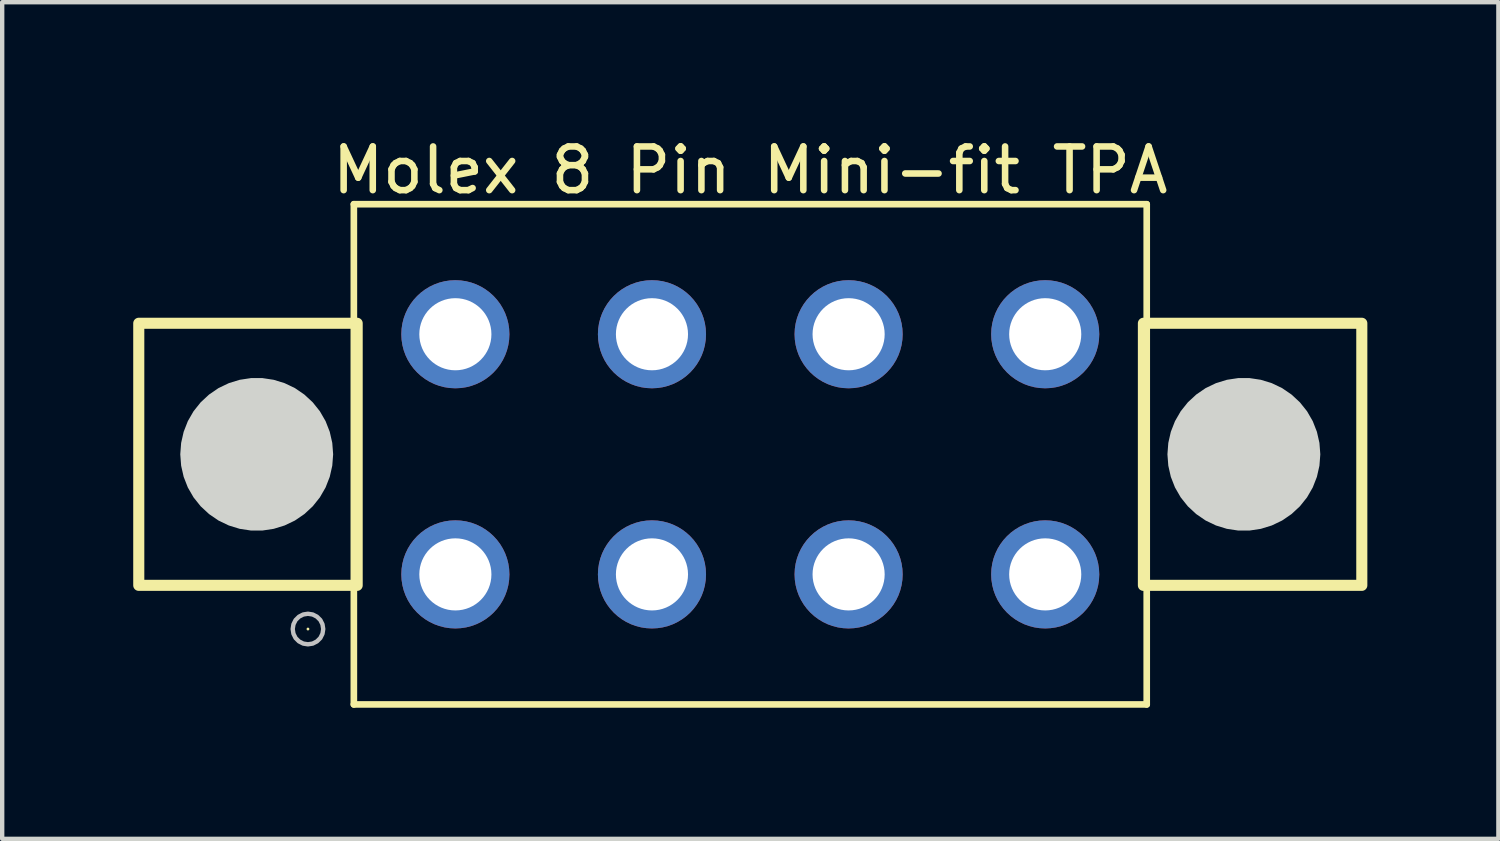
<source format=kicad_pcb>
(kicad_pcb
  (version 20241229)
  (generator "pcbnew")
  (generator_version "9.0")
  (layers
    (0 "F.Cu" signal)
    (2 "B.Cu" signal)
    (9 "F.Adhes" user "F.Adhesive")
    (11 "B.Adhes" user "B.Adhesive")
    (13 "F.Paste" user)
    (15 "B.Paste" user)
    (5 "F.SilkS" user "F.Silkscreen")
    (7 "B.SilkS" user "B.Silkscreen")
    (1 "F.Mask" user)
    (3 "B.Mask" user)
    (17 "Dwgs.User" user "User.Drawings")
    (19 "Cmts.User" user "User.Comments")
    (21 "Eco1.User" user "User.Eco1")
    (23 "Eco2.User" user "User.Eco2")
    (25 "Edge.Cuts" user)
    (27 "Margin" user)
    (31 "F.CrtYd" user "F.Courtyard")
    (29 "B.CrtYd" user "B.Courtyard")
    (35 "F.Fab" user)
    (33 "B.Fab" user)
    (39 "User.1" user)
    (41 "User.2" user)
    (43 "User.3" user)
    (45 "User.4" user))
  (footprint "Molex 8 Pin Mini-fit TPA"
    (layer "F.Cu")
    (at 14.127 7.351)
    (property "Reference" "Molex 8 Pin Mini-fit TPA" (at 0 -6.503 0) (layer "F.SilkS") (effects (font (size 1 1) (thickness 0.15))))
    (fp_line (start -9.076 -5.726) (end 9.076 -5.726) (stroke (width 0.152) (type default)) (layer "F.SilkS"))
    (fp_line (start -9.076 5.726) (end -9.076 -5.726) (stroke (width 0.152) (type default)) (layer "F.SilkS"))
    (fp_line (start 9.076 -5.726) (end 9.076 5.726) (stroke (width 0.152) (type default)) (layer "F.SilkS"))
    (fp_line (start 9.076 5.726) (end -9.076 5.726) (stroke (width 0.152) (type default)) (layer "F.SilkS"))
    (fp_rect (start -14 -3) (end -9 3) (stroke (width 0.254) (type default)) (fill no) (layer "F.SilkS"))
    (fp_rect (start 9 -3) (end 14 3) (stroke (width 0.254) (type default)) (fill no) (layer "F.SilkS"))
    (fp_poly (pts (xy -10.093 4) (xy -10.103 3.976) (xy -10.127 3.966) (xy -10.15 3.976) (xy -10.16 4) (xy -10.15 4.024) (xy -10.127 4.034) (xy -10.103 4.024)) (stroke (width 0) (type default)) (fill yes) (layer "F.SilkS"))
    (fp_poly (pts (xy -9.777 4) (xy -9.794 3.892) (xy -9.843 3.794) (xy -9.921 3.717) (xy -10.018 3.667) (xy -10.127 3.65) (xy -10.235 3.667) (xy -10.332 3.717) (xy -10.41 3.794) (xy -10.459 3.892) (xy -10.476 4) (xy -10.459 4.108) (xy -10.41 4.206) (xy -10.332 4.283) (xy -10.235 4.333) (xy -10.127 4.35) (xy -10.018 4.333) (xy -9.921 4.283) (xy -9.843 4.206) (xy -9.794 4.108)) (stroke (width 0.1) (type default)) (fill no) (layer "Dwgs.User"))
    (fp_poly (pts (xy -9.55 0) (xy -9.57 -0.261) (xy -9.628 -0.516) (xy -9.723 -0.759) (xy -9.854 -0.986) (xy -10.017 -1.19) (xy -10.209 -1.368) (xy -10.425 -1.516) (xy -10.661 -1.629) (xy -10.911 -1.706) (xy -11.169 -1.745) (xy -11.431 -1.745) (xy -11.689 -1.706) (xy -11.939 -1.629) (xy -12.175 -1.516) (xy -12.391 -1.368) (xy -12.583 -1.19) (xy -12.746 -0.986) (xy -12.877 -0.759) (xy -12.972 -0.516) (xy -13.03 -0.261) (xy -13.05 0) (xy -13.03 0.261) (xy -12.972 0.516) (xy -12.877 0.759) (xy -12.746 0.986) (xy -12.583 1.19) (xy -12.391 1.368) (xy -12.175 1.516) (xy -11.939 1.629) (xy -11.689 1.706) (xy -11.431 1.745) (xy -11.169 1.745) (xy -10.911 1.706) (xy -10.661 1.629) (xy -10.425 1.516) (xy -10.209 1.368) (xy -10.017 1.19) (xy -9.854 0.986) (xy -9.723 0.759) (xy -9.628 0.516) (xy -9.57 0.261)) (stroke (width 0) (type default)) (fill yes) (layer "Edge.Cuts"))
    (fp_poly (pts (xy 13.05 0) (xy 13.03 -0.261) (xy 12.972 -0.516) (xy 12.877 -0.759) (xy 12.746 -0.986) (xy 12.583 -1.19) (xy 12.391 -1.368) (xy 12.175 -1.516) (xy 11.939 -1.629) (xy 11.689 -1.706) (xy 11.431 -1.745) (xy 11.169 -1.745) (xy 10.911 -1.706) (xy 10.661 -1.629) (xy 10.425 -1.516) (xy 10.209 -1.368) (xy 10.017 -1.19) (xy 9.854 -0.986) (xy 9.723 -0.759) (xy 9.628 -0.516) (xy 9.57 -0.261) (xy 9.55 0) (xy 9.57 0.261) (xy 9.628 0.516) (xy 9.723 0.759) (xy 9.854 0.986) (xy 10.017 1.19) (xy 10.209 1.368) (xy 10.425 1.516) (xy 10.661 1.629) (xy 10.911 1.706) (xy 11.169 1.745) (xy 11.431 1.745) (xy 11.689 1.706) (xy 11.939 1.629) (xy 12.175 1.516) (xy 12.391 1.368) (xy 12.583 1.19) (xy 12.746 0.986) (xy 12.877 0.759) (xy 12.972 0.516) (xy 13.03 0.261)) (stroke (width 0) (type default)) (fill yes) (layer "Edge.Cuts"))
    (fp_poly (pts (xy -6.051 -2.749) (xy -6.072 -2.917) (xy -6.132 -3.075) (xy -6.228 -3.214) (xy -6.354 -3.326) (xy -6.503 -3.404) (xy -6.667 -3.444) (xy -6.836 -3.444) (xy -7 -3.404) (xy -7.149 -3.326) (xy -7.275 -3.214) (xy -7.371 -3.075) (xy -7.431 -2.917) (xy -7.452 -2.749) (xy -7.431 -2.582) (xy -7.371 -2.424) (xy -7.275 -2.285) (xy -7.149 -2.173) (xy -7 -2.095) (xy -6.836 -2.055) (xy -6.667 -2.055) (xy -6.503 -2.095) (xy -6.354 -2.173) (xy -6.228 -2.285) (xy -6.132 -2.424) (xy -6.072 -2.582)) (stroke (width 0.1) (type default)) (fill no) (layer "User.1"))
    (fp_poly (pts (xy -6.051 2.749) (xy -6.072 2.582) (xy -6.132 2.424) (xy -6.228 2.285) (xy -6.354 2.173) (xy -6.503 2.095) (xy -6.667 2.055) (xy -6.836 2.055) (xy -7 2.095) (xy -7.149 2.173) (xy -7.275 2.285) (xy -7.371 2.424) (xy -7.431 2.582) (xy -7.452 2.749) (xy -7.431 2.917) (xy -7.371 3.075) (xy -7.275 3.214) (xy -7.149 3.326) (xy -7 3.404) (xy -6.836 3.444) (xy -6.667 3.444) (xy -6.503 3.404) (xy -6.354 3.326) (xy -6.228 3.214) (xy -6.132 3.075) (xy -6.072 2.917)) (stroke (width 0.1) (type default)) (fill no) (layer "User.1"))
    (fp_poly (pts (xy -1.55 -2.749) (xy -1.571 -2.917) (xy -1.631 -3.075) (xy -1.727 -3.214) (xy -1.853 -3.326) (xy -2.002 -3.404) (xy -2.166 -3.444) (xy -2.335 -3.444) (xy -2.499 -3.404) (xy -2.648 -3.326) (xy -2.774 -3.214) (xy -2.87 -3.075) (xy -2.93 -2.917) (xy -2.95 -2.749) (xy -2.93 -2.582) (xy -2.87 -2.424) (xy -2.774 -2.285) (xy -2.648 -2.173) (xy -2.499 -2.095) (xy -2.335 -2.055) (xy -2.166 -2.055) (xy -2.002 -2.095) (xy -1.853 -2.173) (xy -1.727 -2.285) (xy -1.631 -2.424) (xy -1.571 -2.582)) (stroke (width 0.1) (type default)) (fill no) (layer "User.1"))
    (fp_poly (pts (xy -1.55 2.749) (xy -1.571 2.582) (xy -1.631 2.424) (xy -1.727 2.285) (xy -1.853 2.173) (xy -2.002 2.095) (xy -2.166 2.055) (xy -2.335 2.055) (xy -2.499 2.095) (xy -2.648 2.173) (xy -2.774 2.285) (xy -2.87 2.424) (xy -2.93 2.582) (xy -2.95 2.749) (xy -2.93 2.917) (xy -2.87 3.075) (xy -2.774 3.214) (xy -2.648 3.326) (xy -2.499 3.404) (xy -2.335 3.444) (xy -2.166 3.444) (xy -2.002 3.404) (xy -1.853 3.326) (xy -1.727 3.214) (xy -1.631 3.075) (xy -1.571 2.917)) (stroke (width 0.1) (type default)) (fill no) (layer "User.1"))
    (fp_poly (pts (xy 2.95 -2.749) (xy 2.93 -2.917) (xy 2.87 -3.075) (xy 2.774 -3.214) (xy 2.648 -3.326) (xy 2.499 -3.404) (xy 2.335 -3.444) (xy 2.166 -3.444) (xy 2.002 -3.404) (xy 1.853 -3.326) (xy 1.727 -3.214) (xy 1.631 -3.075) (xy 1.571 -2.917) (xy 1.55 -2.749) (xy 1.571 -2.582) (xy 1.631 -2.424) (xy 1.727 -2.285) (xy 1.853 -2.173) (xy 2.002 -2.095) (xy 2.166 -2.055) (xy 2.335 -2.055) (xy 2.499 -2.095) (xy 2.648 -2.173) (xy 2.774 -2.285) (xy 2.87 -2.424) (xy 2.93 -2.582)) (stroke (width 0.1) (type default)) (fill no) (layer "User.1"))
    (fp_poly (pts (xy 2.95 2.749) (xy 2.93 2.582) (xy 2.87 2.424) (xy 2.774 2.285) (xy 2.648 2.173) (xy 2.499 2.095) (xy 2.335 2.055) (xy 2.166 2.055) (xy 2.002 2.095) (xy 1.853 2.173) (xy 1.727 2.285) (xy 1.631 2.424) (xy 1.571 2.582) (xy 1.55 2.749) (xy 1.571 2.917) (xy 1.631 3.075) (xy 1.727 3.214) (xy 1.853 3.326) (xy 2.002 3.404) (xy 2.166 3.444) (xy 2.335 3.444) (xy 2.499 3.404) (xy 2.648 3.326) (xy 2.774 3.214) (xy 2.87 3.075) (xy 2.93 2.917)) (stroke (width 0.1) (type default)) (fill no) (layer "User.1"))
    (fp_poly (pts (xy 7.452 -2.749) (xy 7.431 -2.917) (xy 7.371 -3.075) (xy 7.275 -3.214) (xy 7.149 -3.326) (xy 7 -3.404) (xy 6.836 -3.444) (xy 6.667 -3.444) (xy 6.503 -3.404) (xy 6.354 -3.326) (xy 6.228 -3.214) (xy 6.132 -3.075) (xy 6.072 -2.917) (xy 6.051 -2.749) (xy 6.072 -2.582) (xy 6.132 -2.424) (xy 6.228 -2.285) (xy 6.354 -2.173) (xy 6.503 -2.095) (xy 6.667 -2.055) (xy 6.836 -2.055) (xy 7 -2.095) (xy 7.149 -2.173) (xy 7.275 -2.285) (xy 7.371 -2.424) (xy 7.431 -2.582)) (stroke (width 0.1) (type default)) (fill no) (layer "User.1"))
    (fp_poly (pts (xy 7.452 2.749) (xy 7.431 2.582) (xy 7.371 2.424) (xy 7.275 2.285) (xy 7.149 2.173) (xy 7 2.095) (xy 6.836 2.055) (xy 6.667 2.055) (xy 6.503 2.095) (xy 6.354 2.173) (xy 6.228 2.285) (xy 6.132 2.424) (xy 6.072 2.582) (xy 6.051 2.749) (xy 6.072 2.917) (xy 6.132 3.075) (xy 6.228 3.214) (xy 6.354 3.326) (xy 6.503 3.404) (xy 6.667 3.444) (xy 6.836 3.444) (xy 7 3.404) (xy 7.149 3.326) (xy 7.275 3.214) (xy 7.371 3.075) (xy 7.431 2.917)) (stroke (width 0.1) (type default)) (fill no) (layer "User.1"))
    (fp_line (start -9.001 -5.65) (end -9.001 5.65) (stroke (width 0.025) (type default)) (layer "User.2"))
    (fp_line (start -9.001 5.65) (end 9.001 5.65) (stroke (width 0.025) (type default)) (layer "User.2"))
    (fp_line (start 9.001 -5.65) (end -9.001 -5.65) (stroke (width 0.025) (type default)) (layer "User.2"))
    (fp_line (start 9.001 5.65) (end 9.001 -5.65) (stroke (width 0.025) (type default)) (layer "User.2"))
    (fp_poly (pts (xy -8.941 5.65) (xy -8.958 5.608) (xy -9.001 5.59) (xy -9.043 5.608) (xy -9.06 5.65) (xy -9.043 5.692) (xy -9.001 5.71) (xy -8.958 5.692)) (stroke (width 0.1) (type default)) (fill no) (layer "User.3"))
    (pad "1" thru_hole circle (at -6.752 2.749) (size 2.475 2.475) (drill 1.651) (layers "*.Cu" "*.Mask"))
    (pad "2" thru_hole circle (at -2.251 2.749) (size 2.475 2.475) (drill 1.651) (layers "*.Cu" "*.Mask"))
    (pad "3" thru_hole circle (at 2.251 2.749) (size 2.475 2.475) (drill 1.651) (layers "*.Cu" "*.Mask"))
    (pad "4" thru_hole circle (at 6.752 2.749) (size 2.475 2.475) (drill 1.651) (layers "*.Cu" "*.Mask"))
    (pad "5" thru_hole circle (at 6.752 -2.749) (size 2.475 2.475) (drill 1.651) (layers "*.Cu" "*.Mask"))
    (pad "6" thru_hole circle (at 2.251 -2.749) (size 2.475 2.475) (drill 1.651) (layers "*.Cu" "*.Mask"))
    (pad "7" thru_hole circle (at -2.251 -2.749) (size 2.475 2.475) (drill 1.651) (layers "*.Cu" "*.Mask"))
    (pad "8" thru_hole circle (at -6.752 -2.749) (size 2.475 2.475) (drill 1.651) (layers "*.Cu" "*.Mask")))
  (gr_rect
    (start -3 -3)
    (end 31.254 16.154)
    (stroke (width 0.1) (type default))
    (fill no)
    (layer "Edge.Cuts")))
</source>
